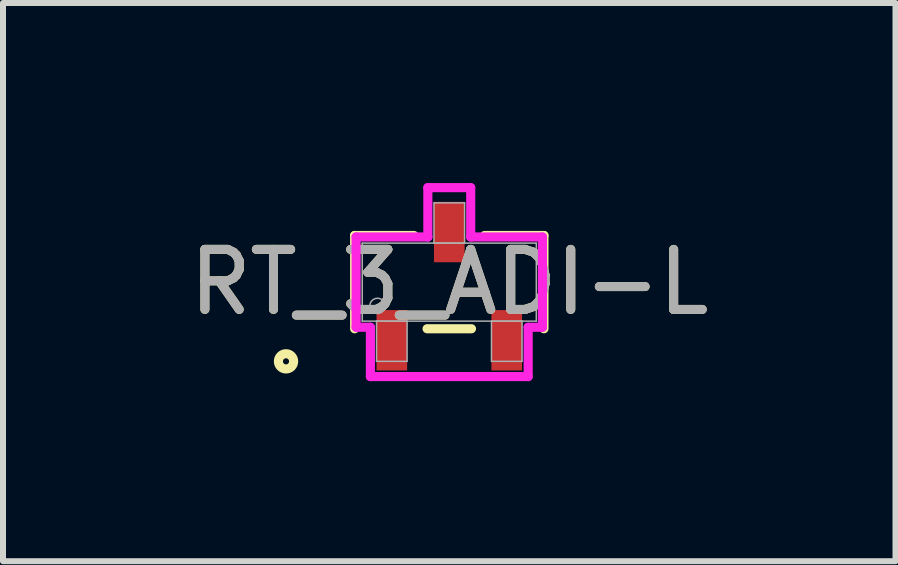
<source format=kicad_pcb>
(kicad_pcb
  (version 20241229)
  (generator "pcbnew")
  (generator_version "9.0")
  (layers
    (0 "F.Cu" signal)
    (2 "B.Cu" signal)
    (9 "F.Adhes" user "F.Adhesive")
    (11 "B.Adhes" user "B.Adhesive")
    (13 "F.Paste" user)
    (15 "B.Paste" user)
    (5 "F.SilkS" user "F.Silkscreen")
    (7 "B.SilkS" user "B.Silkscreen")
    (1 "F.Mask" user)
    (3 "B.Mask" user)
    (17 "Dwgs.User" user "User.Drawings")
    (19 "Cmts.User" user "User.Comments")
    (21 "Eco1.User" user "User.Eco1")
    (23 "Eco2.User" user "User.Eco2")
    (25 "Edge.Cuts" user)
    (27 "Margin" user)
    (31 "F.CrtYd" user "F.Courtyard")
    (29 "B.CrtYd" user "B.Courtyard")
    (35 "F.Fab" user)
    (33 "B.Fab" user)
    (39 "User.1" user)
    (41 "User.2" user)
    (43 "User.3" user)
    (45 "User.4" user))
  (footprint "RT_3_ADI-L"
    (layer "F.Cu")
    (at 4.435 1.65)
    (property "Reference" "RT_3_ADI-L" (at 0 0 0) (unlocked yes) (layer "F.SilkS") (effects (font (size 1 1) (thickness 0.15))))
    (attr smd)
    (fp_line (start -1.577 -0.777) (end -1.577 0.777) (stroke (width 0.152) (type solid)) (layer "F.SilkS"))
    (fp_line (start -0.588 -0.777) (end -1.577 -0.777) (stroke (width 0.152) (type solid)) (layer "F.SilkS"))
    (fp_line (start -0.37 0.777) (end 0.37 0.777) (stroke (width 0.152) (type solid)) (layer "F.SilkS"))
    (fp_line (start 1.577 -0.777) (end 0.588 -0.777) (stroke (width 0.152) (type solid)) (layer "F.SilkS"))
    (fp_line (start 1.577 0.777) (end 1.577 -0.777) (stroke (width 0.152) (type solid)) (layer "F.SilkS"))
    (fp_circle (center -2.72 1.32) (end -2.593 1.32) (stroke (width 0.152) (type solid)) (fill no) (layer "F.SilkS"))
    (fp_line (start -1.552 -0.752) (end -0.357 -0.752) (stroke (width 0.152) (type solid)) (layer "F.CrtYd"))
    (fp_line (start -1.552 0.752) (end -1.552 -0.752) (stroke (width 0.152) (type solid)) (layer "F.CrtYd"))
    (fp_line (start -1.552 0.752) (end -1.314 0.752) (stroke (width 0.152) (type solid)) (layer "F.CrtYd"))
    (fp_line (start -1.314 0.752) (end -1.314 1.574) (stroke (width 0.152) (type solid)) (layer "F.CrtYd"))
    (fp_line (start -1.314 1.574) (end 1.314 1.574) (stroke (width 0.152) (type solid)) (layer "F.CrtYd"))
    (fp_line (start -0.357 -1.574) (end 0.357 -1.574) (stroke (width 0.152) (type solid)) (layer "F.CrtYd"))
    (fp_line (start -0.357 -0.752) (end -0.357 -1.574) (stroke (width 0.152) (type solid)) (layer "F.CrtYd"))
    (fp_line (start 0.357 -0.752) (end 0.357 -1.574) (stroke (width 0.152) (type solid)) (layer "F.CrtYd"))
    (fp_line (start 1.314 0.752) (end 1.314 1.574) (stroke (width 0.152) (type solid)) (layer "F.CrtYd"))
    (fp_line (start 1.552 -0.752) (end 0.357 -0.752) (stroke (width 0.152) (type solid)) (layer "F.CrtYd"))
    (fp_line (start 1.552 -0.752) (end 1.552 0.752) (stroke (width 0.152) (type solid)) (layer "F.CrtYd"))
    (fp_line (start 1.552 0.752) (end 1.314 0.752) (stroke (width 0.152) (type solid)) (layer "F.CrtYd"))
    (fp_line (start -1.45 -0.65) (end -1.45 0.65) (stroke (width 0.025) (type solid)) (layer "F.Fab"))
    (fp_line (start -1.45 0.65) (end 1.45 0.65) (stroke (width 0.025) (type solid)) (layer "F.Fab"))
    (fp_line (start -1.212 0.65) (end -1.212 1.32) (stroke (width 0.025) (type solid)) (layer "F.Fab"))
    (fp_line (start -1.212 1.32) (end -0.703 1.32) (stroke (width 0.025) (type solid)) (layer "F.Fab"))
    (fp_line (start -0.703 0.65) (end -1.212 0.65) (stroke (width 0.025) (type solid)) (layer "F.Fab"))
    (fp_line (start -0.703 1.32) (end -0.703 0.65) (stroke (width 0.025) (type solid)) (layer "F.Fab"))
    (fp_line (start -0.255 -1.32) (end -0.255 -0.65) (stroke (width 0.025) (type solid)) (layer "F.Fab"))
    (fp_line (start -0.255 -0.65) (end 0.255 -0.65) (stroke (width 0.025) (type solid)) (layer "F.Fab"))
    (fp_line (start 0.255 -1.32) (end -0.255 -1.32) (stroke (width 0.025) (type solid)) (layer "F.Fab"))
    (fp_line (start 0.255 -0.65) (end 0.255 -1.32) (stroke (width 0.025) (type solid)) (layer "F.Fab"))
    (fp_line (start 0.703 0.65) (end 0.703 1.32) (stroke (width 0.025) (type solid)) (layer "F.Fab"))
    (fp_line (start 0.703 1.32) (end 1.212 1.32) (stroke (width 0.025) (type solid)) (layer "F.Fab"))
    (fp_line (start 1.212 0.65) (end 0.703 0.65) (stroke (width 0.025) (type solid)) (layer "F.Fab"))
    (fp_line (start 1.212 1.32) (end 1.212 0.65) (stroke (width 0.025) (type solid)) (layer "F.Fab"))
    (fp_line (start 1.45 -0.65) (end -1.45 -0.65) (stroke (width 0.025) (type solid)) (layer "F.Fab"))
    (fp_line (start 1.45 0.65) (end 1.45 -0.65) (stroke (width 0.025) (type solid)) (layer "F.Fab"))
    (fp_circle (center -1.196 0.396) (end -1.069 0.396) (stroke (width 0.025) (type solid)) (fill no) (layer "F.Fab"))
    (fp_text user "${REFERENCE}" (at 0 0 0) (unlocked yes) (layer "F.Fab") (effects (font (size 1 1) (thickness 0.15))))
    (pad "1" smd rect (at -0.957 0.969) (size 0.51 1.006) (layers "F.Cu" "F.Mask" "F.Paste"))
    (pad "2" smd rect (at 0.957 0.969) (size 0.51 1.006) (layers "F.Cu" "F.Mask" "F.Paste"))
    (pad "3" smd rect (at 0 -0.834) (size 0.51 1.006) (layers "F.Cu" "F.Mask" "F.Paste")))
  (gr_rect
    (start -3 -3)
    (end 11.869 6.3)
    (stroke (width 0.1) (type default))
    (fill no)
    (layer "Edge.Cuts")))
</source>
